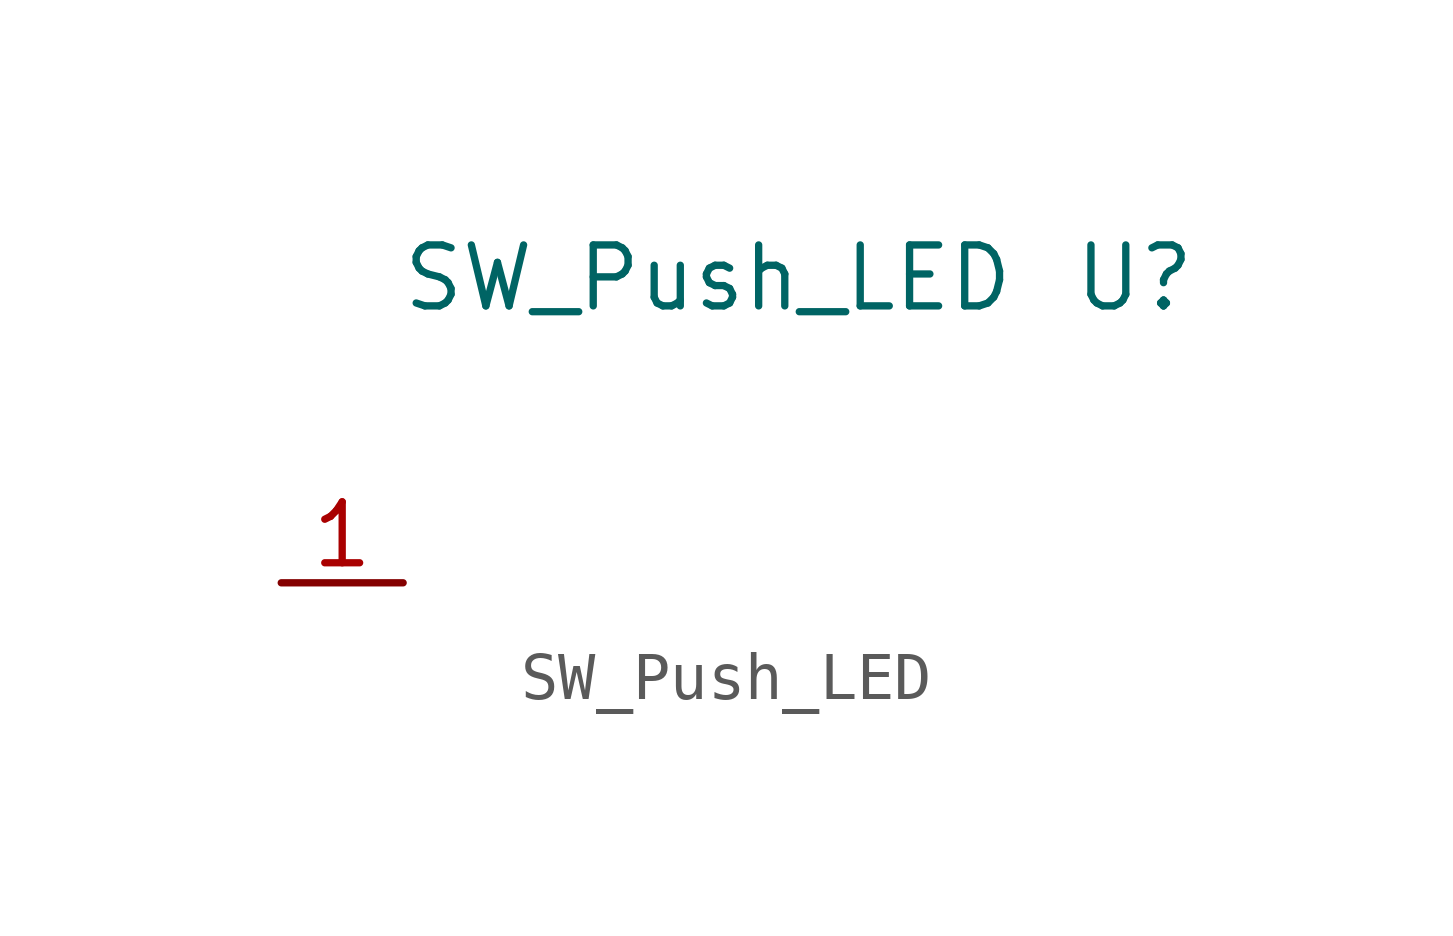
<source format=kicad_sym>
(kicad_symbol_lib
  (version 20211014)
  (generator kicad_symbol_editor)
  (symbol "SW_Push_LED"
    (property "Reference" "U"
      (at 8.89 6.35 0)
      (effects (font (size 1.27 1.27))))
    (property "Value" "SW_Push_LED"
      (at 0 6.35 0)
      (effects (font (size 1.27 1.27))))
    (symbol "SW_Push_LED_1_1"
      (pin input line (at -6.35 0 180) (length 2.54) (name "" (effects (font (size 1.27 1.27)))) (number "1" (effects (font (size 1.27 1.27))))))))
</source>
